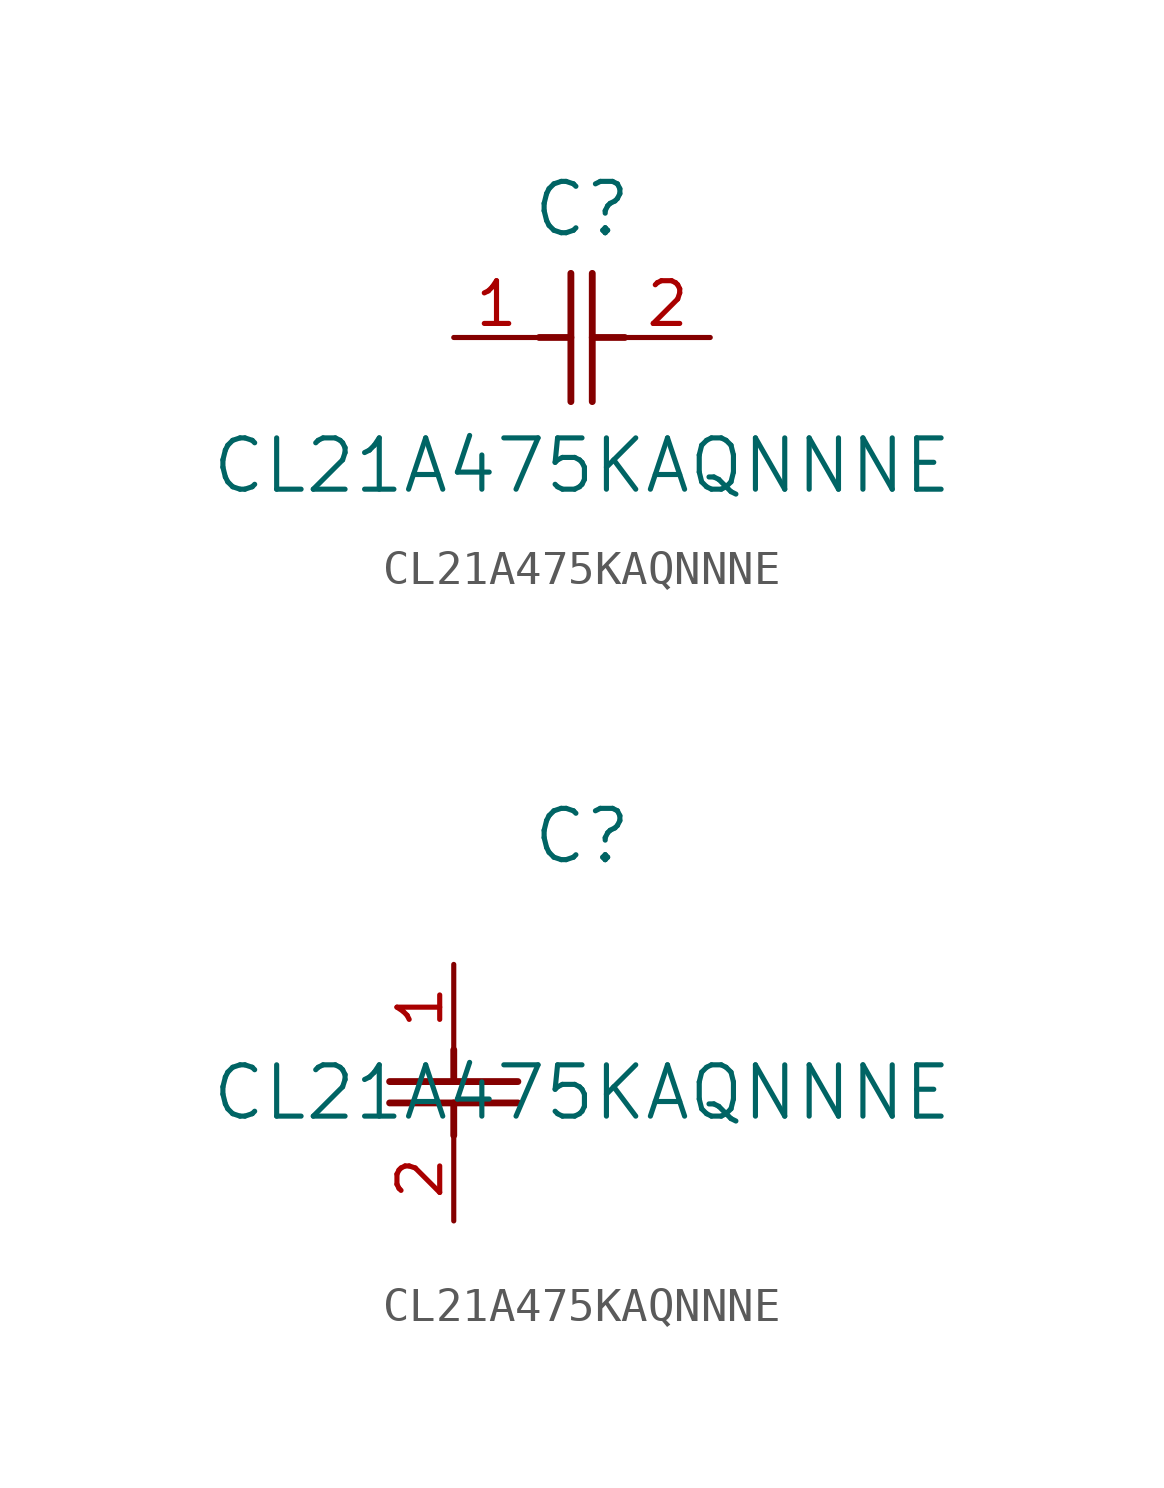
<source format=kicad_sym>
(kicad_symbol_lib
  (version 20211014)
  (generator kicad_symbol_editor)
  (symbol "CL21A475KAQNNNE"
    (pin_names
      (offset 0.254))
    (property "Reference" "C"
      (at 3.81 3.81 0)
      (effects (font (size 1.524 1.524))))
    (property "Value" "CL21A475KAQNNNE"
      (at 3.81 -3.81 0)
      (effects (font (size 1.524 1.524))))
    (symbol "CL21A475KAQNNNE_1_1"
      (polyline (pts (xy 3.48 -1.905) (xy 3.48 1.905)) (stroke (width 0.203) (type default) (color 0 0 0 0)) (fill (type none)))
      (polyline (pts (xy 4.115 -1.905) (xy 4.115 1.905)) (stroke (width 0.203) (type default) (color 0 0 0 0)) (fill (type none)))
      (polyline (pts (xy 4.115 0) (xy 5.08 0)) (stroke (width 0.203) (type default) (color 0 0 0 0)) (fill (type none)))
      (polyline (pts (xy 2.54 0) (xy 3.48 0)) (stroke (width 0.203) (type default) (color 0 0 0 0)) (fill (type none)))
      (pin unspecified line (at 0 0 0) (length 2.54) (name "" (effects (font (size 1.27 1.27)))) (number "1" (effects (font (size 1.27 1.27)))))
      (pin unspecified line (at 7.62 0 180) (length 2.54) (name "" (effects (font (size 1.27 1.27)))) (number "2" (effects (font (size 1.27 1.27))))))
    (symbol "CL21A475KAQNNNE_1_2"
      (polyline (pts (xy -1.905 -3.48) (xy 1.905 -3.48)) (stroke (width 0.203) (type default) (color 0 0 0 0)) (fill (type none)))
      (polyline (pts (xy -1.905 -4.115) (xy 1.905 -4.115)) (stroke (width 0.203) (type default) (color 0 0 0 0)) (fill (type none)))
      (polyline (pts (xy 0 -4.115) (xy 0 -5.08)) (stroke (width 0.203) (type default) (color 0 0 0 0)) (fill (type none)))
      (polyline (pts (xy 0 -2.54) (xy 0 -3.48)) (stroke (width 0.203) (type default) (color 0 0 0 0)) (fill (type none)))
      (pin unspecified line (at 0 0 270) (length 2.54) (name "" (effects (font (size 1.27 1.27)))) (number "1" (effects (font (size 1.27 1.27)))))
      (pin unspecified line (at 0 -7.62 90) (length 2.54) (name "" (effects (font (size 1.27 1.27)))) (number "2" (effects (font (size 1.27 1.27))))))))
</source>
